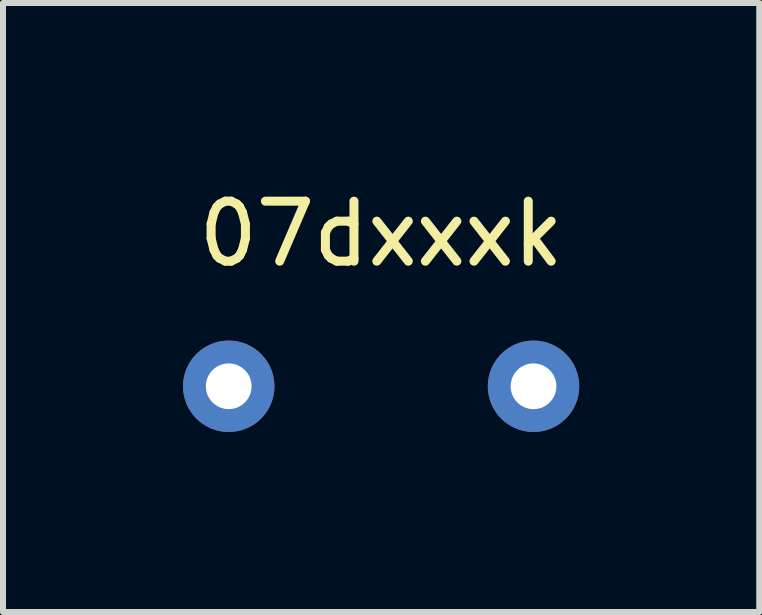
<source format=kicad_pcb>
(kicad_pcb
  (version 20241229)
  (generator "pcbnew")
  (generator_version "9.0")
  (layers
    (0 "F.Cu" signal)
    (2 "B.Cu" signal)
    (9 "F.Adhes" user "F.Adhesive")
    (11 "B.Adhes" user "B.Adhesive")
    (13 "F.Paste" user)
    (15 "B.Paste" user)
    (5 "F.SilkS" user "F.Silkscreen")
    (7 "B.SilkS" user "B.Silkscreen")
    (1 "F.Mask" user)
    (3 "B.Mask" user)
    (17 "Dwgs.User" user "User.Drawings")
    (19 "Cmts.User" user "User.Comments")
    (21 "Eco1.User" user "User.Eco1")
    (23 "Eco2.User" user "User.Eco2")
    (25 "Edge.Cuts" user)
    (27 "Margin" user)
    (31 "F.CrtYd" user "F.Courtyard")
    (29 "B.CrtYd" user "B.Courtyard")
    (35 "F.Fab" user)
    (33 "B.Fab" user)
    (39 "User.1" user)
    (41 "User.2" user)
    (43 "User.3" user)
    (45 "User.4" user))
  (footprint "07dxxxk"
    (layer "F.Cu")
    (at 3.302 3.388)
    (property "Reference" "07dxxxk" (at 0 -2.54 0) (layer "F.SilkS") (effects (font (size 1 1) (thickness 0.15))))
    (attr through_hole)
    (pad "1" thru_hole circle (at -2.54 0) (size 1.524 1.524) (drill 0.762) (layers "*.Cu" "*.Mask"))
    (pad "2" thru_hole circle (at 2.54 0) (size 1.524 1.524) (drill 0.762) (layers "*.Cu" "*.Mask")))
  (gr_rect
    (start -3 -3)
    (end 9.604 7.15)
    (stroke (width 0.1) (type default))
    (fill no)
    (layer "Edge.Cuts")))
</source>
